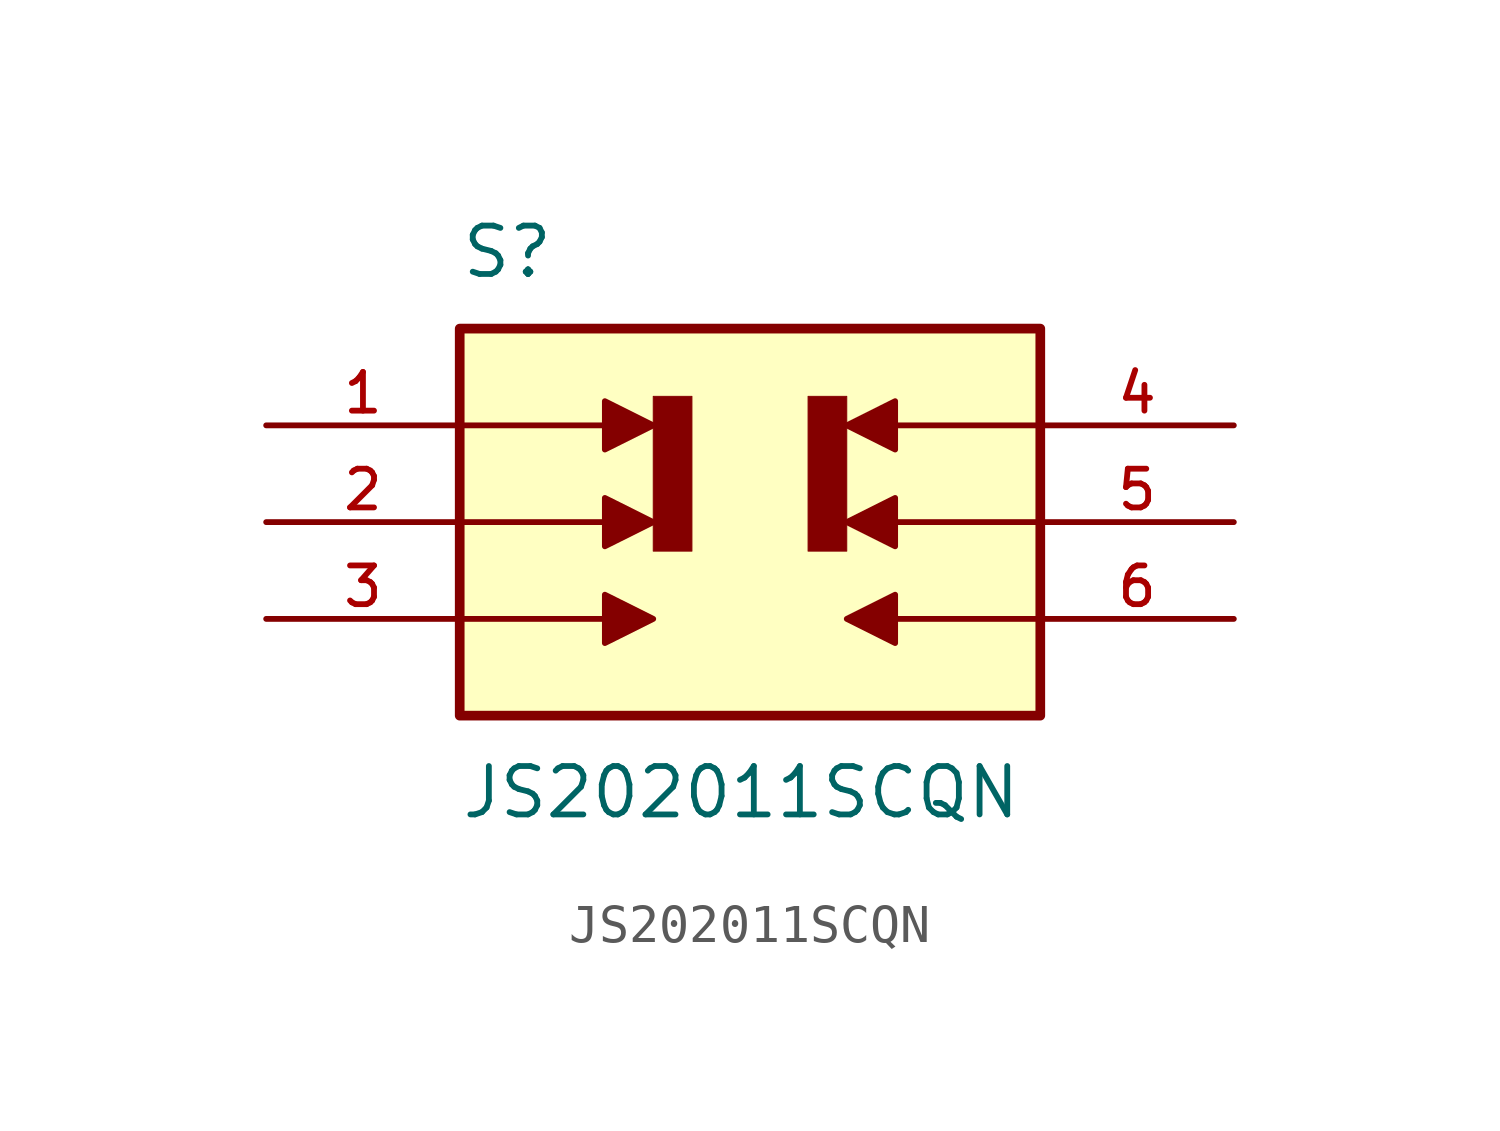
<source format=kicad_sym>
(kicad_symbol_lib
  (version 20211014)
  (generator kicad_symbol_editor)
  (symbol "JS202011SCQN"
    (pin_names
      (offset 1.016))
    (property "Reference" "S"
      (at -7.62 6.35 0)
      (effects (font (size 1.27 1.27)) (justify bottom left)))
    (property "Value" "JS202011SCQN"
      (at -7.62 -6.35 0)
      (effects (font (size 1.27 1.27)) (justify top left)))
    (symbol "JS202011SCQN_0_0"
      (polyline (pts (xy -7.62 2.54) (xy -3.81 2.54)) (stroke (width 0.152)))
      (polyline (pts (xy -3.81 3.175) (xy -3.81 1.905) (xy -2.54 2.54) (xy -3.81 3.175)) (stroke (width 0.152)) (fill (type outline)))
      (polyline (pts (xy -7.62 0.0) (xy -3.81 0.0)) (stroke (width 0.152)))
      (polyline (pts (xy -3.81 0.635) (xy -3.81 -0.635) (xy -2.54 0.0) (xy -3.81 0.635)) (stroke (width 0.152)) (fill (type outline)))
      (polyline (pts (xy -7.62 -2.54) (xy -3.81 -2.54)) (stroke (width 0.152)))
      (polyline (pts (xy -3.81 -1.905) (xy -3.81 -3.175) (xy -2.54 -2.54) (xy -3.81 -1.905)) (stroke (width 0.152)) (fill (type outline)))
      (polyline (pts (xy 7.62 2.54) (xy 3.81 2.54)) (stroke (width 0.152)))
      (polyline (pts (xy 3.81 1.905) (xy 3.81 3.175) (xy 2.54 2.54) (xy 3.81 1.905)) (stroke (width 0.152)) (fill (type outline)))
      (polyline (pts (xy 7.62 0.0) (xy 3.81 0.0)) (stroke (width 0.152)))
      (polyline (pts (xy 3.81 -0.635) (xy 3.81 0.635) (xy 2.54 0.0) (xy 3.81 -0.635)) (stroke (width 0.152)) (fill (type outline)))
      (polyline (pts (xy 7.62 -2.54) (xy 3.81 -2.54)) (stroke (width 0.152)))
      (polyline (pts (xy 3.81 -3.175) (xy 3.81 -1.905) (xy 2.54 -2.54) (xy 3.81 -3.175)) (stroke (width 0.152)) (fill (type outline)))
      (polyline (pts (xy -2.54 3.302) (xy -2.54 -0.762) (xy -1.524 -0.762) (xy -1.524 3.302) (xy -2.54 3.302)) (stroke (width 0.025)) (fill (type outline)))
      (polyline (pts (xy 1.524 3.302) (xy 1.524 -0.762) (xy 2.54 -0.762) (xy 2.54 3.302) (xy 1.524 3.302)) (stroke (width 0.025)) (fill (type outline)))
      (rectangle (start -7.62 -5.08) (end 7.62 5.08) (stroke (width 0.254)) (fill (type background)))
      (pin passive line (at -12.7 2.54 0) (length 5.08) (name "~" (effects (font (size 1.016 1.016)))) (number "1" (effects (font (size 1.016 1.016)))))
      (pin passive line (at -12.7 0.0 0) (length 5.08) (name "~" (effects (font (size 1.016 1.016)))) (number "2" (effects (font (size 1.016 1.016)))))
      (pin passive line (at -12.7 -2.54 0) (length 5.08) (name "~" (effects (font (size 1.016 1.016)))) (number "3" (effects (font (size 1.016 1.016)))))
      (pin passive line (at 12.7 2.54 180.0) (length 5.08) (name "~" (effects (font (size 1.016 1.016)))) (number "4" (effects (font (size 1.016 1.016)))))
      (pin passive line (at 12.7 0.0 180.0) (length 5.08) (name "~" (effects (font (size 1.016 1.016)))) (number "5" (effects (font (size 1.016 1.016)))))
      (pin passive line (at 12.7 -2.54 180.0) (length 5.08) (name "~" (effects (font (size 1.016 1.016)))) (number "6" (effects (font (size 1.016 1.016))))))))
</source>
